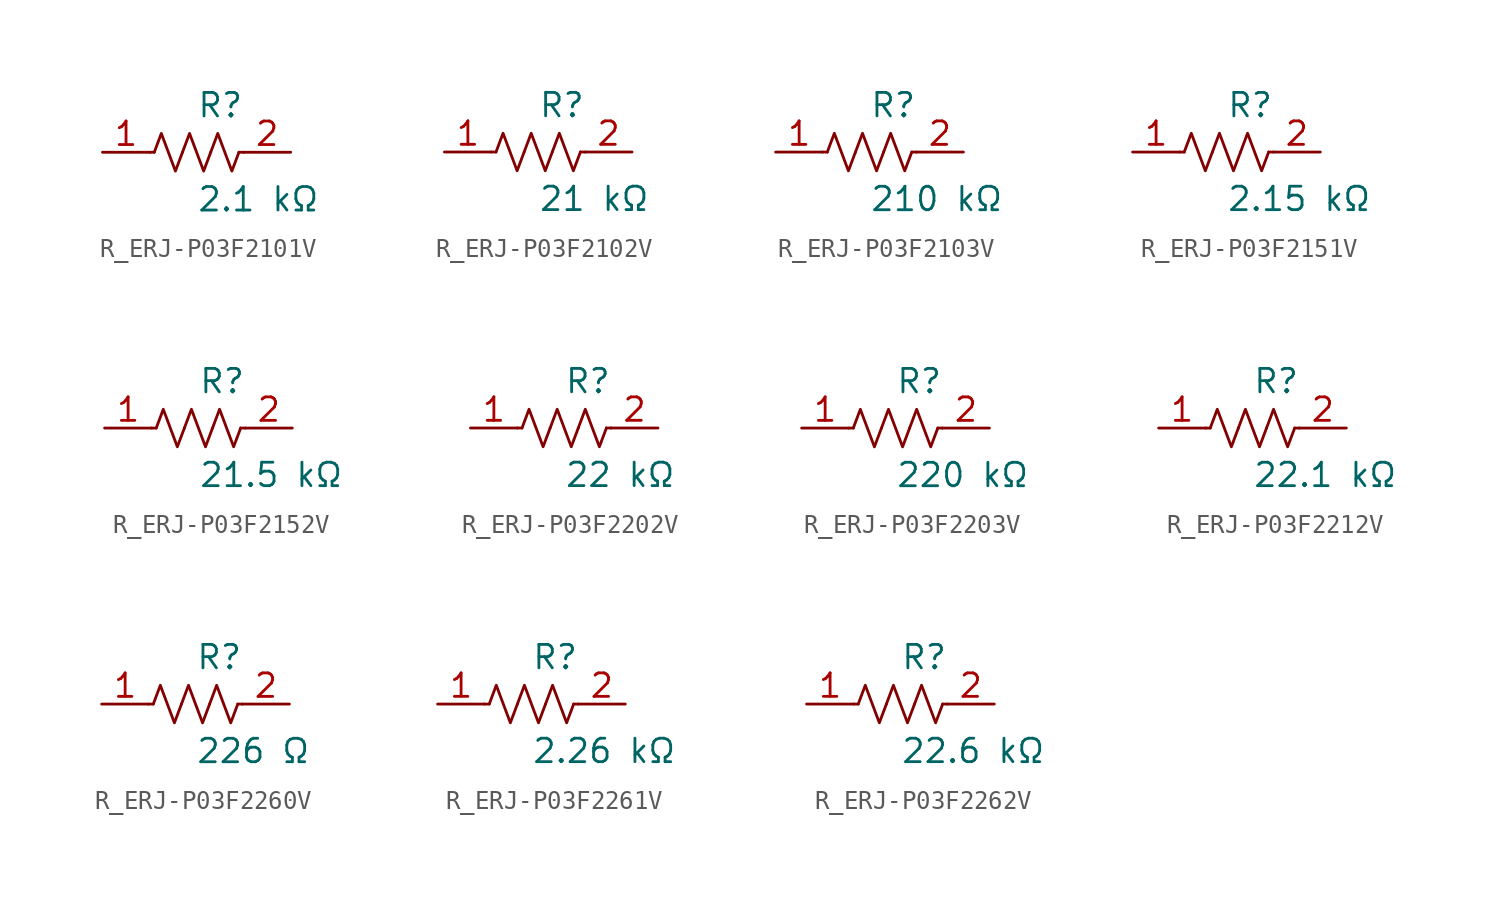
<source format=kicad_sym>
(kicad_symbol_lib
  (version 20231120)
  (generator kicad_symbol_editor)
  (generator_version 8.0)
  (symbol "R_ERJ-P03F2101V"
    (pin_names
      (offset 0.254))
    (property "Reference" "R"
      (at 0.0 2.54 0)
      (effects (font (size 1.27 1.27)) (justify left)))
    (property "Value" "2.1 kΩ"
      (at 0.0 -2.54 0)
      (effects (font (size 1.27 1.27)) (justify left)))
    (symbol "R_ERJ-P03F2101V_0_1"
      (polyline (pts (xy 2.286 0) (xy 2.54 0)) (stroke (width 0) (type default)) (fill (type none)))
      (polyline (pts (xy -2.286 0) (xy -2.54 0)) (stroke (width 0) (type default)) (fill (type none)))
      (polyline (pts (xy 0.762 0) (xy 1.143 1.016) (xy 1.524 0) (xy 1.905 -1.016) (xy 2.286 0)) (stroke (width 0) (type default)) (fill (type none)))
      (polyline (pts (xy -0.762 0) (xy -0.381 1.016) (xy 0 0) (xy 0.381 -1.016) (xy 0.762 0)) (stroke (width 0) (type default)) (fill (type none)))
      (polyline (pts (xy -2.286 0) (xy -1.905 1.016) (xy -1.524 0) (xy -1.143 -1.016) (xy -0.762 0)) (stroke (width 0) (type default)) (fill (type none))))
    (pin unspecified line
      (at -5.08 0 0)
      (length 2.54)
      (name "" (effects (font (size 1.27 1.27))))
      (number "1" (effects (font (size 1.27 1.27)))))
    (pin unspecified line
      (at 5.08 0 180)
      (length 2.54)
      (name "" (effects (font (size 1.27 1.27))))
      (number "2" (effects (font (size 1.27 1.27))))))
  (symbol "R_ERJ-P03F2102V"
    (pin_names
      (offset 0.254))
    (property "Reference" "R"
      (at 0.0 2.54 0)
      (effects (font (size 1.27 1.27)) (justify left)))
    (property "Value" "21 kΩ"
      (at 0.0 -2.54 0)
      (effects (font (size 1.27 1.27)) (justify left)))
    (symbol "R_ERJ-P03F2102V_0_1"
      (polyline (pts (xy 2.286 0) (xy 2.54 0)) (stroke (width 0) (type default)) (fill (type none)))
      (polyline (pts (xy -2.286 0) (xy -2.54 0)) (stroke (width 0) (type default)) (fill (type none)))
      (polyline (pts (xy 0.762 0) (xy 1.143 1.016) (xy 1.524 0) (xy 1.905 -1.016) (xy 2.286 0)) (stroke (width 0) (type default)) (fill (type none)))
      (polyline (pts (xy -0.762 0) (xy -0.381 1.016) (xy 0 0) (xy 0.381 -1.016) (xy 0.762 0)) (stroke (width 0) (type default)) (fill (type none)))
      (polyline (pts (xy -2.286 0) (xy -1.905 1.016) (xy -1.524 0) (xy -1.143 -1.016) (xy -0.762 0)) (stroke (width 0) (type default)) (fill (type none))))
    (pin unspecified line
      (at -5.08 0 0)
      (length 2.54)
      (name "" (effects (font (size 1.27 1.27))))
      (number "1" (effects (font (size 1.27 1.27)))))
    (pin unspecified line
      (at 5.08 0 180)
      (length 2.54)
      (name "" (effects (font (size 1.27 1.27))))
      (number "2" (effects (font (size 1.27 1.27))))))
  (symbol "R_ERJ-P03F2103V"
    (pin_names
      (offset 0.254))
    (property "Reference" "R"
      (at 0.0 2.54 0)
      (effects (font (size 1.27 1.27)) (justify left)))
    (property "Value" "210 kΩ"
      (at 0.0 -2.54 0)
      (effects (font (size 1.27 1.27)) (justify left)))
    (symbol "R_ERJ-P03F2103V_0_1"
      (polyline (pts (xy 2.286 0) (xy 2.54 0)) (stroke (width 0) (type default)) (fill (type none)))
      (polyline (pts (xy -2.286 0) (xy -2.54 0)) (stroke (width 0) (type default)) (fill (type none)))
      (polyline (pts (xy 0.762 0) (xy 1.143 1.016) (xy 1.524 0) (xy 1.905 -1.016) (xy 2.286 0)) (stroke (width 0) (type default)) (fill (type none)))
      (polyline (pts (xy -0.762 0) (xy -0.381 1.016) (xy 0 0) (xy 0.381 -1.016) (xy 0.762 0)) (stroke (width 0) (type default)) (fill (type none)))
      (polyline (pts (xy -2.286 0) (xy -1.905 1.016) (xy -1.524 0) (xy -1.143 -1.016) (xy -0.762 0)) (stroke (width 0) (type default)) (fill (type none))))
    (pin unspecified line
      (at -5.08 0 0)
      (length 2.54)
      (name "" (effects (font (size 1.27 1.27))))
      (number "1" (effects (font (size 1.27 1.27)))))
    (pin unspecified line
      (at 5.08 0 180)
      (length 2.54)
      (name "" (effects (font (size 1.27 1.27))))
      (number "2" (effects (font (size 1.27 1.27))))))
  (symbol "R_ERJ-P03F2151V"
    (pin_names
      (offset 0.254))
    (property "Reference" "R"
      (at 0.0 2.54 0)
      (effects (font (size 1.27 1.27)) (justify left)))
    (property "Value" "2.15 kΩ"
      (at 0.0 -2.54 0)
      (effects (font (size 1.27 1.27)) (justify left)))
    (symbol "R_ERJ-P03F2151V_0_1"
      (polyline (pts (xy 2.286 0) (xy 2.54 0)) (stroke (width 0) (type default)) (fill (type none)))
      (polyline (pts (xy -2.286 0) (xy -2.54 0)) (stroke (width 0) (type default)) (fill (type none)))
      (polyline (pts (xy 0.762 0) (xy 1.143 1.016) (xy 1.524 0) (xy 1.905 -1.016) (xy 2.286 0)) (stroke (width 0) (type default)) (fill (type none)))
      (polyline (pts (xy -0.762 0) (xy -0.381 1.016) (xy 0 0) (xy 0.381 -1.016) (xy 0.762 0)) (stroke (width 0) (type default)) (fill (type none)))
      (polyline (pts (xy -2.286 0) (xy -1.905 1.016) (xy -1.524 0) (xy -1.143 -1.016) (xy -0.762 0)) (stroke (width 0) (type default)) (fill (type none))))
    (pin unspecified line
      (at -5.08 0 0)
      (length 2.54)
      (name "" (effects (font (size 1.27 1.27))))
      (number "1" (effects (font (size 1.27 1.27)))))
    (pin unspecified line
      (at 5.08 0 180)
      (length 2.54)
      (name "" (effects (font (size 1.27 1.27))))
      (number "2" (effects (font (size 1.27 1.27))))))
  (symbol "R_ERJ-P03F2152V"
    (pin_names
      (offset 0.254))
    (property "Reference" "R"
      (at 0.0 2.54 0)
      (effects (font (size 1.27 1.27)) (justify left)))
    (property "Value" "21.5 kΩ"
      (at 0.0 -2.54 0)
      (effects (font (size 1.27 1.27)) (justify left)))
    (symbol "R_ERJ-P03F2152V_0_1"
      (polyline (pts (xy 2.286 0) (xy 2.54 0)) (stroke (width 0) (type default)) (fill (type none)))
      (polyline (pts (xy -2.286 0) (xy -2.54 0)) (stroke (width 0) (type default)) (fill (type none)))
      (polyline (pts (xy 0.762 0) (xy 1.143 1.016) (xy 1.524 0) (xy 1.905 -1.016) (xy 2.286 0)) (stroke (width 0) (type default)) (fill (type none)))
      (polyline (pts (xy -0.762 0) (xy -0.381 1.016) (xy 0 0) (xy 0.381 -1.016) (xy 0.762 0)) (stroke (width 0) (type default)) (fill (type none)))
      (polyline (pts (xy -2.286 0) (xy -1.905 1.016) (xy -1.524 0) (xy -1.143 -1.016) (xy -0.762 0)) (stroke (width 0) (type default)) (fill (type none))))
    (pin unspecified line
      (at -5.08 0 0)
      (length 2.54)
      (name "" (effects (font (size 1.27 1.27))))
      (number "1" (effects (font (size 1.27 1.27)))))
    (pin unspecified line
      (at 5.08 0 180)
      (length 2.54)
      (name "" (effects (font (size 1.27 1.27))))
      (number "2" (effects (font (size 1.27 1.27))))))
  (symbol "R_ERJ-P03F2202V"
    (pin_names
      (offset 0.254))
    (property "Reference" "R"
      (at 0.0 2.54 0)
      (effects (font (size 1.27 1.27)) (justify left)))
    (property "Value" "22 kΩ"
      (at 0.0 -2.54 0)
      (effects (font (size 1.27 1.27)) (justify left)))
    (symbol "R_ERJ-P03F2202V_0_1"
      (polyline (pts (xy 2.286 0) (xy 2.54 0)) (stroke (width 0) (type default)) (fill (type none)))
      (polyline (pts (xy -2.286 0) (xy -2.54 0)) (stroke (width 0) (type default)) (fill (type none)))
      (polyline (pts (xy 0.762 0) (xy 1.143 1.016) (xy 1.524 0) (xy 1.905 -1.016) (xy 2.286 0)) (stroke (width 0) (type default)) (fill (type none)))
      (polyline (pts (xy -0.762 0) (xy -0.381 1.016) (xy 0 0) (xy 0.381 -1.016) (xy 0.762 0)) (stroke (width 0) (type default)) (fill (type none)))
      (polyline (pts (xy -2.286 0) (xy -1.905 1.016) (xy -1.524 0) (xy -1.143 -1.016) (xy -0.762 0)) (stroke (width 0) (type default)) (fill (type none))))
    (pin unspecified line
      (at -5.08 0 0)
      (length 2.54)
      (name "" (effects (font (size 1.27 1.27))))
      (number "1" (effects (font (size 1.27 1.27)))))
    (pin unspecified line
      (at 5.08 0 180)
      (length 2.54)
      (name "" (effects (font (size 1.27 1.27))))
      (number "2" (effects (font (size 1.27 1.27))))))
  (symbol "R_ERJ-P03F2203V"
    (pin_names
      (offset 0.254))
    (property "Reference" "R"
      (at 0.0 2.54 0)
      (effects (font (size 1.27 1.27)) (justify left)))
    (property "Value" "220 kΩ"
      (at 0.0 -2.54 0)
      (effects (font (size 1.27 1.27)) (justify left)))
    (symbol "R_ERJ-P03F2203V_0_1"
      (polyline (pts (xy 2.286 0) (xy 2.54 0)) (stroke (width 0) (type default)) (fill (type none)))
      (polyline (pts (xy -2.286 0) (xy -2.54 0)) (stroke (width 0) (type default)) (fill (type none)))
      (polyline (pts (xy 0.762 0) (xy 1.143 1.016) (xy 1.524 0) (xy 1.905 -1.016) (xy 2.286 0)) (stroke (width 0) (type default)) (fill (type none)))
      (polyline (pts (xy -0.762 0) (xy -0.381 1.016) (xy 0 0) (xy 0.381 -1.016) (xy 0.762 0)) (stroke (width 0) (type default)) (fill (type none)))
      (polyline (pts (xy -2.286 0) (xy -1.905 1.016) (xy -1.524 0) (xy -1.143 -1.016) (xy -0.762 0)) (stroke (width 0) (type default)) (fill (type none))))
    (pin unspecified line
      (at -5.08 0 0)
      (length 2.54)
      (name "" (effects (font (size 1.27 1.27))))
      (number "1" (effects (font (size 1.27 1.27)))))
    (pin unspecified line
      (at 5.08 0 180)
      (length 2.54)
      (name "" (effects (font (size 1.27 1.27))))
      (number "2" (effects (font (size 1.27 1.27))))))
  (symbol "R_ERJ-P03F2212V"
    (pin_names
      (offset 0.254))
    (property "Reference" "R"
      (at 0.0 2.54 0)
      (effects (font (size 1.27 1.27)) (justify left)))
    (property "Value" "22.1 kΩ"
      (at 0.0 -2.54 0)
      (effects (font (size 1.27 1.27)) (justify left)))
    (symbol "R_ERJ-P03F2212V_0_1"
      (polyline (pts (xy 2.286 0) (xy 2.54 0)) (stroke (width 0) (type default)) (fill (type none)))
      (polyline (pts (xy -2.286 0) (xy -2.54 0)) (stroke (width 0) (type default)) (fill (type none)))
      (polyline (pts (xy 0.762 0) (xy 1.143 1.016) (xy 1.524 0) (xy 1.905 -1.016) (xy 2.286 0)) (stroke (width 0) (type default)) (fill (type none)))
      (polyline (pts (xy -0.762 0) (xy -0.381 1.016) (xy 0 0) (xy 0.381 -1.016) (xy 0.762 0)) (stroke (width 0) (type default)) (fill (type none)))
      (polyline (pts (xy -2.286 0) (xy -1.905 1.016) (xy -1.524 0) (xy -1.143 -1.016) (xy -0.762 0)) (stroke (width 0) (type default)) (fill (type none))))
    (pin unspecified line
      (at -5.08 0 0)
      (length 2.54)
      (name "" (effects (font (size 1.27 1.27))))
      (number "1" (effects (font (size 1.27 1.27)))))
    (pin unspecified line
      (at 5.08 0 180)
      (length 2.54)
      (name "" (effects (font (size 1.27 1.27))))
      (number "2" (effects (font (size 1.27 1.27))))))
  (symbol "R_ERJ-P03F2260V"
    (pin_names
      (offset 0.254))
    (property "Reference" "R"
      (at 0.0 2.54 0)
      (effects (font (size 1.27 1.27)) (justify left)))
    (property "Value" "226 Ω"
      (at 0.0 -2.54 0)
      (effects (font (size 1.27 1.27)) (justify left)))
    (symbol "R_ERJ-P03F2260V_0_1"
      (polyline (pts (xy 2.286 0) (xy 2.54 0)) (stroke (width 0) (type default)) (fill (type none)))
      (polyline (pts (xy -2.286 0) (xy -2.54 0)) (stroke (width 0) (type default)) (fill (type none)))
      (polyline (pts (xy 0.762 0) (xy 1.143 1.016) (xy 1.524 0) (xy 1.905 -1.016) (xy 2.286 0)) (stroke (width 0) (type default)) (fill (type none)))
      (polyline (pts (xy -0.762 0) (xy -0.381 1.016) (xy 0 0) (xy 0.381 -1.016) (xy 0.762 0)) (stroke (width 0) (type default)) (fill (type none)))
      (polyline (pts (xy -2.286 0) (xy -1.905 1.016) (xy -1.524 0) (xy -1.143 -1.016) (xy -0.762 0)) (stroke (width 0) (type default)) (fill (type none))))
    (pin unspecified line
      (at -5.08 0 0)
      (length 2.54)
      (name "" (effects (font (size 1.27 1.27))))
      (number "1" (effects (font (size 1.27 1.27)))))
    (pin unspecified line
      (at 5.08 0 180)
      (length 2.54)
      (name "" (effects (font (size 1.27 1.27))))
      (number "2" (effects (font (size 1.27 1.27))))))
  (symbol "R_ERJ-P03F2261V"
    (pin_names
      (offset 0.254))
    (property "Reference" "R"
      (at 0.0 2.54 0)
      (effects (font (size 1.27 1.27)) (justify left)))
    (property "Value" "2.26 kΩ"
      (at 0.0 -2.54 0)
      (effects (font (size 1.27 1.27)) (justify left)))
    (symbol "R_ERJ-P03F2261V_0_1"
      (polyline (pts (xy 2.286 0) (xy 2.54 0)) (stroke (width 0) (type default)) (fill (type none)))
      (polyline (pts (xy -2.286 0) (xy -2.54 0)) (stroke (width 0) (type default)) (fill (type none)))
      (polyline (pts (xy 0.762 0) (xy 1.143 1.016) (xy 1.524 0) (xy 1.905 -1.016) (xy 2.286 0)) (stroke (width 0) (type default)) (fill (type none)))
      (polyline (pts (xy -0.762 0) (xy -0.381 1.016) (xy 0 0) (xy 0.381 -1.016) (xy 0.762 0)) (stroke (width 0) (type default)) (fill (type none)))
      (polyline (pts (xy -2.286 0) (xy -1.905 1.016) (xy -1.524 0) (xy -1.143 -1.016) (xy -0.762 0)) (stroke (width 0) (type default)) (fill (type none))))
    (pin unspecified line
      (at -5.08 0 0)
      (length 2.54)
      (name "" (effects (font (size 1.27 1.27))))
      (number "1" (effects (font (size 1.27 1.27)))))
    (pin unspecified line
      (at 5.08 0 180)
      (length 2.54)
      (name "" (effects (font (size 1.27 1.27))))
      (number "2" (effects (font (size 1.27 1.27))))))
  (symbol "R_ERJ-P03F2262V"
    (pin_names
      (offset 0.254))
    (property "Reference" "R"
      (at 0.0 2.54 0)
      (effects (font (size 1.27 1.27)) (justify left)))
    (property "Value" "22.6 kΩ"
      (at 0.0 -2.54 0)
      (effects (font (size 1.27 1.27)) (justify left)))
    (symbol "R_ERJ-P03F2262V_0_1"
      (polyline (pts (xy 2.286 0) (xy 2.54 0)) (stroke (width 0) (type default)) (fill (type none)))
      (polyline (pts (xy -2.286 0) (xy -2.54 0)) (stroke (width 0) (type default)) (fill (type none)))
      (polyline (pts (xy 0.762 0) (xy 1.143 1.016) (xy 1.524 0) (xy 1.905 -1.016) (xy 2.286 0)) (stroke (width 0) (type default)) (fill (type none)))
      (polyline (pts (xy -0.762 0) (xy -0.381 1.016) (xy 0 0) (xy 0.381 -1.016) (xy 0.762 0)) (stroke (width 0) (type default)) (fill (type none)))
      (polyline (pts (xy -2.286 0) (xy -1.905 1.016) (xy -1.524 0) (xy -1.143 -1.016) (xy -0.762 0)) (stroke (width 0) (type default)) (fill (type none))))
    (pin unspecified line
      (at -5.08 0 0)
      (length 2.54)
      (name "" (effects (font (size 1.27 1.27))))
      (number "1" (effects (font (size 1.27 1.27)))))
    (pin unspecified line
      (at 5.08 0 180)
      (length 2.54)
      (name "" (effects (font (size 1.27 1.27))))
      (number "2" (effects (font (size 1.27 1.27)))))))
</source>
